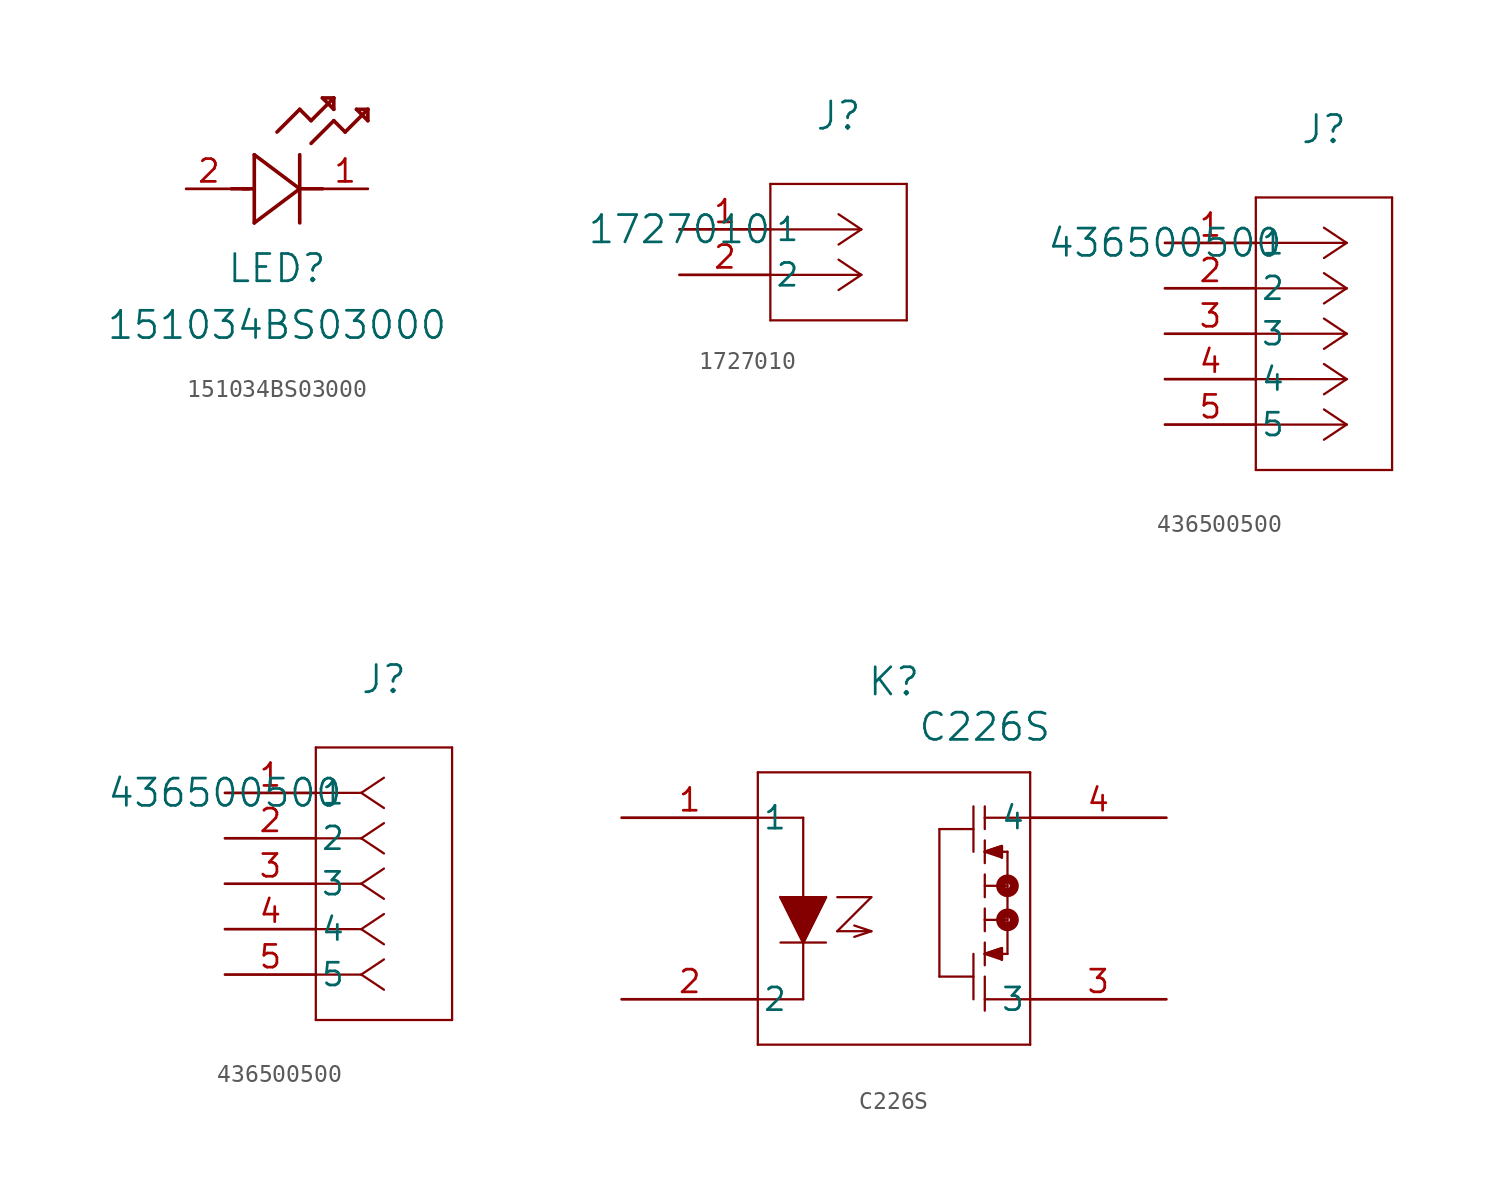
<source format=kicad_sym>
(kicad_symbol_lib
  (version 20231120)
  (generator "kicad_symbol_editor")
  (generator_version "8.0")
  (symbol "151034BS03000"
    (pin_names
      (offset 0.254))
    (property "Reference" "LED"
      (at 5.08 -4.445 0)
      (effects (font (size 1.524 1.524))))
    (property "Value" "151034BS03000"
      (at 5.08 -7.62 0)
      (effects (font (size 1.524 1.524))))
    (property "ki_locked" ""
      (at 0 0 0)
      (effects (font (size 1.27 1.27))))
    (symbol "151034BS03000_0_1"
      (polyline (pts (xy 2.54 0) (xy 3.48 0)) (stroke (width 0.203) (type default)) (fill (type none)))
      (polyline (pts (xy 3.175 0) (xy 3.81 0)) (stroke (width 0.203) (type default)) (fill (type none)))
      (polyline (pts (xy 3.81 -1.905) (xy 6.35 0)) (stroke (width 0.203) (type default)) (fill (type none)))
      (polyline (pts (xy 3.81 1.905) (xy 3.81 -1.905)) (stroke (width 0.203) (type default)) (fill (type none)))
      (polyline (pts (xy 5.08 3.175) (xy 6.35 4.445)) (stroke (width 0.203) (type default)) (fill (type none)))
      (polyline (pts (xy 6.35 -1.905) (xy 6.35 1.905)) (stroke (width 0.203) (type default)) (fill (type none)))
      (polyline (pts (xy 6.35 0) (xy 3.81 1.905)) (stroke (width 0.203) (type default)) (fill (type none)))
      (polyline (pts (xy 6.35 0) (xy 7.62 0)) (stroke (width 0.203) (type default)) (fill (type none)))
      (polyline (pts (xy 6.35 4.445) (xy 6.985 3.81)) (stroke (width 0.203) (type default)) (fill (type none)))
      (polyline (pts (xy 6.985 2.54) (xy 8.255 3.81)) (stroke (width 0.203) (type default)) (fill (type none)))
      (polyline (pts (xy 6.985 3.81) (xy 8.255 5.08)) (stroke (width 0.203) (type default)) (fill (type none)))
      (polyline (pts (xy 7.62 5.08) (xy 8.255 4.445)) (stroke (width 0.203) (type default)) (fill (type none)))
      (polyline (pts (xy 8.255 3.81) (xy 8.89 3.175)) (stroke (width 0.203) (type default)) (fill (type none)))
      (polyline (pts (xy 8.255 4.445) (xy 8.255 5.08)) (stroke (width 0.203) (type default)) (fill (type none)))
      (polyline (pts (xy 8.255 5.08) (xy 7.62 5.08)) (stroke (width 0.203) (type default)) (fill (type none)))
      (polyline (pts (xy 8.89 3.175) (xy 10.16 4.445)) (stroke (width 0.203) (type default)) (fill (type none)))
      (polyline (pts (xy 9.525 4.445) (xy 10.16 3.81)) (stroke (width 0.203) (type default)) (fill (type none)))
      (polyline (pts (xy 10.16 3.81) (xy 10.16 4.445)) (stroke (width 0.203) (type default)) (fill (type none)))
      (polyline (pts (xy 10.16 4.445) (xy 9.525 4.445)) (stroke (width 0.203) (type default)) (fill (type none)))
      (pin unspecified line (at 10.16 0 180) (length 2.54) (name "" (effects (font (size 1.27 1.27)))) (number "1" (effects (font (size 1.27 1.27)))))
      (pin unspecified line (at 0 0 0) (length 2.54) (name "" (effects (font (size 1.27 1.27)))) (number "2" (effects (font (size 1.27 1.27)))))))
  (symbol "1727010"
    (pin_names
      (offset 0.254))
    (property "Reference" "J"
      (at 8.89 6.35 0)
      (effects (font (size 1.524 1.524))))
    (property "Value" "1727010"
      (at 0 0 0)
      (effects (font (size 1.524 1.524))))
    (property "ki_locked" ""
      (at 0 0 0)
      (effects (font (size 1.27 1.27))))
    (symbol "1727010_0_1"
      (polyline (pts (xy 5.08 -5.08) (xy 12.7 -5.08)) (stroke (width 0.127) (type default)) (fill (type none)))
      (polyline (pts (xy 5.08 2.54) (xy 5.08 -5.08)) (stroke (width 0.127) (type default)) (fill (type none)))
      (polyline (pts (xy 10.16 -2.54) (xy 5.08 -2.54)) (stroke (width 0.127) (type default)) (fill (type none)))
      (polyline (pts (xy 10.16 -2.54) (xy 8.89 -3.387)) (stroke (width 0.127) (type default)) (fill (type none)))
      (polyline (pts (xy 10.16 -2.54) (xy 8.89 -1.693)) (stroke (width 0.127) (type default)) (fill (type none)))
      (polyline (pts (xy 10.16 0) (xy 5.08 0)) (stroke (width 0.127) (type default)) (fill (type none)))
      (polyline (pts (xy 10.16 0) (xy 8.89 -0.847)) (stroke (width 0.127) (type default)) (fill (type none)))
      (polyline (pts (xy 10.16 0) (xy 8.89 0.847)) (stroke (width 0.127) (type default)) (fill (type none)))
      (polyline (pts (xy 12.7 -5.08) (xy 12.7 2.54)) (stroke (width 0.127) (type default)) (fill (type none)))
      (polyline (pts (xy 12.7 2.54) (xy 5.08 2.54)) (stroke (width 0.127) (type default)) (fill (type none)))
      (pin unspecified line (at 0 0 0) (length 5.08) (name "1" (effects (font (size 1.27 1.27)))) (number "1" (effects (font (size 1.27 1.27)))))
      (pin unspecified line (at 0 -2.54 0) (length 5.08) (name "2" (effects (font (size 1.27 1.27)))) (number "2" (effects (font (size 1.27 1.27)))))))
  (symbol "436500500"
    (pin_names
      (offset 0.254))
    (property "Reference" "J"
      (at 8.89 6.35 0)
      (effects (font (size 1.524 1.524))))
    (property "Value" "436500500"
      (at 0 0 0)
      (effects (font (size 1.524 1.524))))
    (property "ki_locked" ""
      (at 0 0 0)
      (effects (font (size 1.27 1.27))))
    (symbol "436500500_1_1"
      (polyline (pts (xy 5.08 -12.7) (xy 12.7 -12.7)) (stroke (width 0.127) (type default)) (fill (type none)))
      (polyline (pts (xy 5.08 2.54) (xy 5.08 -12.7)) (stroke (width 0.127) (type default)) (fill (type none)))
      (polyline (pts (xy 10.16 -10.16) (xy 5.08 -10.16)) (stroke (width 0.127) (type default)) (fill (type none)))
      (polyline (pts (xy 10.16 -10.16) (xy 8.89 -11.007)) (stroke (width 0.127) (type default)) (fill (type none)))
      (polyline (pts (xy 10.16 -10.16) (xy 8.89 -9.313)) (stroke (width 0.127) (type default)) (fill (type none)))
      (polyline (pts (xy 10.16 -7.62) (xy 5.08 -7.62)) (stroke (width 0.127) (type default)) (fill (type none)))
      (polyline (pts (xy 10.16 -7.62) (xy 8.89 -8.467)) (stroke (width 0.127) (type default)) (fill (type none)))
      (polyline (pts (xy 10.16 -7.62) (xy 8.89 -6.773)) (stroke (width 0.127) (type default)) (fill (type none)))
      (polyline (pts (xy 10.16 -5.08) (xy 5.08 -5.08)) (stroke (width 0.127) (type default)) (fill (type none)))
      (polyline (pts (xy 10.16 -5.08) (xy 8.89 -5.927)) (stroke (width 0.127) (type default)) (fill (type none)))
      (polyline (pts (xy 10.16 -5.08) (xy 8.89 -4.233)) (stroke (width 0.127) (type default)) (fill (type none)))
      (polyline (pts (xy 10.16 -2.54) (xy 5.08 -2.54)) (stroke (width 0.127) (type default)) (fill (type none)))
      (polyline (pts (xy 10.16 -2.54) (xy 8.89 -3.387)) (stroke (width 0.127) (type default)) (fill (type none)))
      (polyline (pts (xy 10.16 -2.54) (xy 8.89 -1.693)) (stroke (width 0.127) (type default)) (fill (type none)))
      (polyline (pts (xy 10.16 0) (xy 5.08 0)) (stroke (width 0.127) (type default)) (fill (type none)))
      (polyline (pts (xy 10.16 0) (xy 8.89 -0.847)) (stroke (width 0.127) (type default)) (fill (type none)))
      (polyline (pts (xy 10.16 0) (xy 8.89 0.847)) (stroke (width 0.127) (type default)) (fill (type none)))
      (polyline (pts (xy 12.7 -12.7) (xy 12.7 2.54)) (stroke (width 0.127) (type default)) (fill (type none)))
      (polyline (pts (xy 12.7 2.54) (xy 5.08 2.54)) (stroke (width 0.127) (type default)) (fill (type none)))
      (pin unspecified line (at 0 0 0) (length 5.08) (name "1" (effects (font (size 1.27 1.27)))) (number "1" (effects (font (size 1.27 1.27)))))
      (pin unspecified line (at 0 -2.54 0) (length 5.08) (name "2" (effects (font (size 1.27 1.27)))) (number "2" (effects (font (size 1.27 1.27)))))
      (pin unspecified line (at 0 -5.08 0) (length 5.08) (name "3" (effects (font (size 1.27 1.27)))) (number "3" (effects (font (size 1.27 1.27)))))
      (pin unspecified line (at 0 -7.62 0) (length 5.08) (name "4" (effects (font (size 1.27 1.27)))) (number "4" (effects (font (size 1.27 1.27)))))
      (pin unspecified line (at 0 -10.16 0) (length 5.08) (name "5" (effects (font (size 1.27 1.27)))) (number "5" (effects (font (size 1.27 1.27))))))
    (symbol "436500500_1_2"
      (polyline (pts (xy 5.08 -12.7) (xy 12.7 -12.7)) (stroke (width 0.127) (type default)) (fill (type none)))
      (polyline (pts (xy 5.08 2.54) (xy 5.08 -12.7)) (stroke (width 0.127) (type default)) (fill (type none)))
      (polyline (pts (xy 7.62 -10.16) (xy 5.08 -10.16)) (stroke (width 0.127) (type default)) (fill (type none)))
      (polyline (pts (xy 7.62 -10.16) (xy 8.89 -11.007)) (stroke (width 0.127) (type default)) (fill (type none)))
      (polyline (pts (xy 7.62 -10.16) (xy 8.89 -9.313)) (stroke (width 0.127) (type default)) (fill (type none)))
      (polyline (pts (xy 7.62 -7.62) (xy 5.08 -7.62)) (stroke (width 0.127) (type default)) (fill (type none)))
      (polyline (pts (xy 7.62 -7.62) (xy 8.89 -8.467)) (stroke (width 0.127) (type default)) (fill (type none)))
      (polyline (pts (xy 7.62 -7.62) (xy 8.89 -6.773)) (stroke (width 0.127) (type default)) (fill (type none)))
      (polyline (pts (xy 7.62 -5.08) (xy 5.08 -5.08)) (stroke (width 0.127) (type default)) (fill (type none)))
      (polyline (pts (xy 7.62 -5.08) (xy 8.89 -5.927)) (stroke (width 0.127) (type default)) (fill (type none)))
      (polyline (pts (xy 7.62 -5.08) (xy 8.89 -4.233)) (stroke (width 0.127) (type default)) (fill (type none)))
      (polyline (pts (xy 7.62 -2.54) (xy 5.08 -2.54)) (stroke (width 0.127) (type default)) (fill (type none)))
      (polyline (pts (xy 7.62 -2.54) (xy 8.89 -3.387)) (stroke (width 0.127) (type default)) (fill (type none)))
      (polyline (pts (xy 7.62 -2.54) (xy 8.89 -1.693)) (stroke (width 0.127) (type default)) (fill (type none)))
      (polyline (pts (xy 7.62 0) (xy 5.08 0)) (stroke (width 0.127) (type default)) (fill (type none)))
      (polyline (pts (xy 7.62 0) (xy 8.89 -0.847)) (stroke (width 0.127) (type default)) (fill (type none)))
      (polyline (pts (xy 7.62 0) (xy 8.89 0.847)) (stroke (width 0.127) (type default)) (fill (type none)))
      (polyline (pts (xy 12.7 -12.7) (xy 12.7 2.54)) (stroke (width 0.127) (type default)) (fill (type none)))
      (polyline (pts (xy 12.7 2.54) (xy 5.08 2.54)) (stroke (width 0.127) (type default)) (fill (type none)))
      (pin unspecified line (at 0 0 0) (length 5.08) (name "1" (effects (font (size 1.27 1.27)))) (number "1" (effects (font (size 1.27 1.27)))))
      (pin unspecified line (at 0 -2.54 0) (length 5.08) (name "2" (effects (font (size 1.27 1.27)))) (number "2" (effects (font (size 1.27 1.27)))))
      (pin unspecified line (at 0 -5.08 0) (length 5.08) (name "3" (effects (font (size 1.27 1.27)))) (number "3" (effects (font (size 1.27 1.27)))))
      (pin unspecified line (at 0 -7.62 0) (length 5.08) (name "4" (effects (font (size 1.27 1.27)))) (number "4" (effects (font (size 1.27 1.27)))))
      (pin unspecified line (at 0 -10.16 0) (length 5.08) (name "5" (effects (font (size 1.27 1.27)))) (number "5" (effects (font (size 1.27 1.27)))))))
  (symbol "C226S"
    (pin_names
      (offset 0.254))
    (property "Reference" "K"
      (at 15.24 7.62 0)
      (effects (font (size 1.524 1.524))))
    (property "Value" "C226S"
      (at 20.32 5.08 0)
      (effects (font (size 1.524 1.524))))
    (property "ki_locked" ""
      (at 0 0 0)
      (effects (font (size 1.27 1.27))))
    (symbol "C226S_0_1"
      (polyline (pts (xy 7.62 -12.7) (xy 22.86 -12.7)) (stroke (width 0.127) (type default)) (fill (type none)))
      (polyline (pts (xy 7.62 -10.16) (xy 10.16 -10.16)) (stroke (width 0.127) (type default)) (fill (type none)))
      (polyline (pts (xy 7.62 0) (xy 10.16 0)) (stroke (width 0.127) (type default)) (fill (type none)))
      (polyline (pts (xy 7.62 2.54) (xy 7.62 -12.7)) (stroke (width 0.127) (type default)) (fill (type none)))
      (polyline (pts (xy 8.89 -6.985) (xy 11.43 -6.985)) (stroke (width 0.127) (type default)) (fill (type none)))
      (polyline (pts (xy 8.89 -4.445) (xy 11.43 -4.445)) (stroke (width 0.127) (type default)) (fill (type none)))
      (polyline (pts (xy 10.16 -6.985) (xy 8.89 -4.445)) (stroke (width 0.127) (type default)) (fill (type none)))
      (polyline (pts (xy 10.16 0) (xy 10.16 -10.16)) (stroke (width 0.127) (type default)) (fill (type none)))
      (polyline (pts (xy 11.43 -4.445) (xy 10.16 -6.985)) (stroke (width 0.127) (type default)) (fill (type none)))
      (polyline (pts (xy 12.065 -6.35) (xy 13.97 -6.35)) (stroke (width 0.127) (type default)) (fill (type none)))
      (polyline (pts (xy 12.065 -4.445) (xy 13.97 -4.445)) (stroke (width 0.127) (type default)) (fill (type none)))
      (polyline (pts (xy 13.018 -6.032) (xy 13.97 -6.35)) (stroke (width 0.127) (type default)) (fill (type none)))
      (polyline (pts (xy 13.97 -6.35) (xy 13.018 -6.668)) (stroke (width 0.127) (type default)) (fill (type none)))
      (polyline (pts (xy 13.97 -4.445) (xy 12.065 -6.35)) (stroke (width 0.127) (type default)) (fill (type none)))
      (polyline (pts (xy 17.78 -8.89) (xy 19.685 -8.89)) (stroke (width 0.127) (type default)) (fill (type none)))
      (polyline (pts (xy 17.78 -0.635) (xy 17.78 -8.89)) (stroke (width 0.127) (type default)) (fill (type none)))
      (polyline (pts (xy 19.685 -7.62) (xy 19.685 -10.16)) (stroke (width 0.127) (type default)) (fill (type none)))
      (polyline (pts (xy 19.685 -0.635) (xy 17.78 -0.635)) (stroke (width 0.127) (type default)) (fill (type none)))
      (polyline (pts (xy 19.685 0.635) (xy 19.685 -1.905)) (stroke (width 0.127) (type default)) (fill (type none)))
      (polyline (pts (xy 20.32 -8.89) (xy 20.32 -10.795)) (stroke (width 0.127) (type default)) (fill (type none)))
      (polyline (pts (xy 20.32 -7.62) (xy 21.273 -7.938)) (stroke (width 0.127) (type default)) (fill (type none)))
      (polyline (pts (xy 20.32 -7.62) (xy 21.273 -7.303)) (stroke (width 0.127) (type default)) (fill (type none)))
      (polyline (pts (xy 20.32 -7.62) (xy 21.59 -7.62)) (stroke (width 0.127) (type default)) (fill (type none)))
      (polyline (pts (xy 20.32 -6.985) (xy 20.32 -8.255)) (stroke (width 0.127) (type default)) (fill (type none)))
      (polyline (pts (xy 20.32 -6.35) (xy 20.32 -5.715)) (stroke (width 0.127) (type default)) (fill (type none)))
      (polyline (pts (xy 20.32 -5.715) (xy 20.955 -5.715)) (stroke (width 0.127) (type default)) (fill (type none)))
      (polyline (pts (xy 20.32 -5.08) (xy 20.32 -5.715)) (stroke (width 0.127) (type default)) (fill (type none)))
      (polyline (pts (xy 20.32 -3.81) (xy 21.59 -3.81)) (stroke (width 0.127) (type default)) (fill (type none)))
      (polyline (pts (xy 20.32 -3.175) (xy 20.32 -4.445)) (stroke (width 0.127) (type default)) (fill (type none)))
      (polyline (pts (xy 20.32 -1.905) (xy 21.273 -2.223)) (stroke (width 0.127) (type default)) (fill (type none)))
      (polyline (pts (xy 20.32 -1.905) (xy 21.273 -1.587)) (stroke (width 0.127) (type default)) (fill (type none)))
      (polyline (pts (xy 20.32 -1.905) (xy 21.59 -1.905)) (stroke (width 0.127) (type default)) (fill (type none)))
      (polyline (pts (xy 20.32 -1.27) (xy 20.32 -2.54)) (stroke (width 0.127) (type default)) (fill (type none)))
      (polyline (pts (xy 20.32 -0.635) (xy 20.32 0)) (stroke (width 0.127) (type default)) (fill (type none)))
      (polyline (pts (xy 20.32 0.635) (xy 20.32 0)) (stroke (width 0.127) (type default)) (fill (type none)))
      (polyline (pts (xy 21.273 -7.938) (xy 21.273 -7.303)) (stroke (width 0.127) (type default)) (fill (type none)))
      (polyline (pts (xy 21.273 -2.223) (xy 21.273 -1.587)) (stroke (width 0.127) (type default)) (fill (type none)))
      (polyline (pts (xy 21.59 -5.715) (xy 20.955 -5.715)) (stroke (width 0.127) (type default)) (fill (type none)))
      (polyline (pts (xy 21.59 -1.905) (xy 21.59 -7.62)) (stroke (width 0.127) (type default)) (fill (type none)))
      (polyline (pts (xy 22.86 -12.7) (xy 22.86 2.54)) (stroke (width 0.127) (type default)) (fill (type none)))
      (polyline (pts (xy 22.86 -10.16) (xy 20.32 -10.16)) (stroke (width 0.127) (type default)) (fill (type none)))
      (polyline (pts (xy 22.86 0) (xy 20.32 0)) (stroke (width 0.127) (type default)) (fill (type none)))
      (polyline (pts (xy 22.86 2.54) (xy 7.62 2.54)) (stroke (width 0.127) (type default)) (fill (type none)))
      (polyline (pts (xy 8.89 -4.445) (xy 10.16 -6.985) (xy 11.43 -4.445)) (stroke (width 0) (type default)) (fill (type outline)))
      (polyline (pts (xy 20.32 -7.62) (xy 21.273 -7.303) (xy 21.273 -7.938)) (stroke (width 0) (type default)) (fill (type outline)))
      (polyline (pts (xy 20.32 -1.905) (xy 21.273 -1.587) (xy 21.273 -2.223)) (stroke (width 0) (type default)) (fill (type outline)))
      (circle (center 21.59 -5.715) (radius 0.127) (stroke (width 0.508) (type default)) (fill (type none)))
      (circle (center 21.59 -3.81) (radius 0.127) (stroke (width 0.508) (type default)) (fill (type none)))
      (pin unspecified line (at 0 0 0) (length 7.62) (name "1" (effects (font (size 1.27 1.27)))) (number "1" (effects (font (size 1.27 1.27)))))
      (pin unspecified line (at 0 -10.16 0) (length 7.62) (name "2" (effects (font (size 1.27 1.27)))) (number "2" (effects (font (size 1.27 1.27)))))
      (pin unspecified line (at 30.48 -10.16 180) (length 7.62) (name "3" (effects (font (size 1.27 1.27)))) (number "3" (effects (font (size 1.27 1.27)))))
      (pin unspecified line (at 30.48 0 180) (length 7.62) (name "4" (effects (font (size 1.27 1.27)))) (number "4" (effects (font (size 1.27 1.27))))))))
</source>
